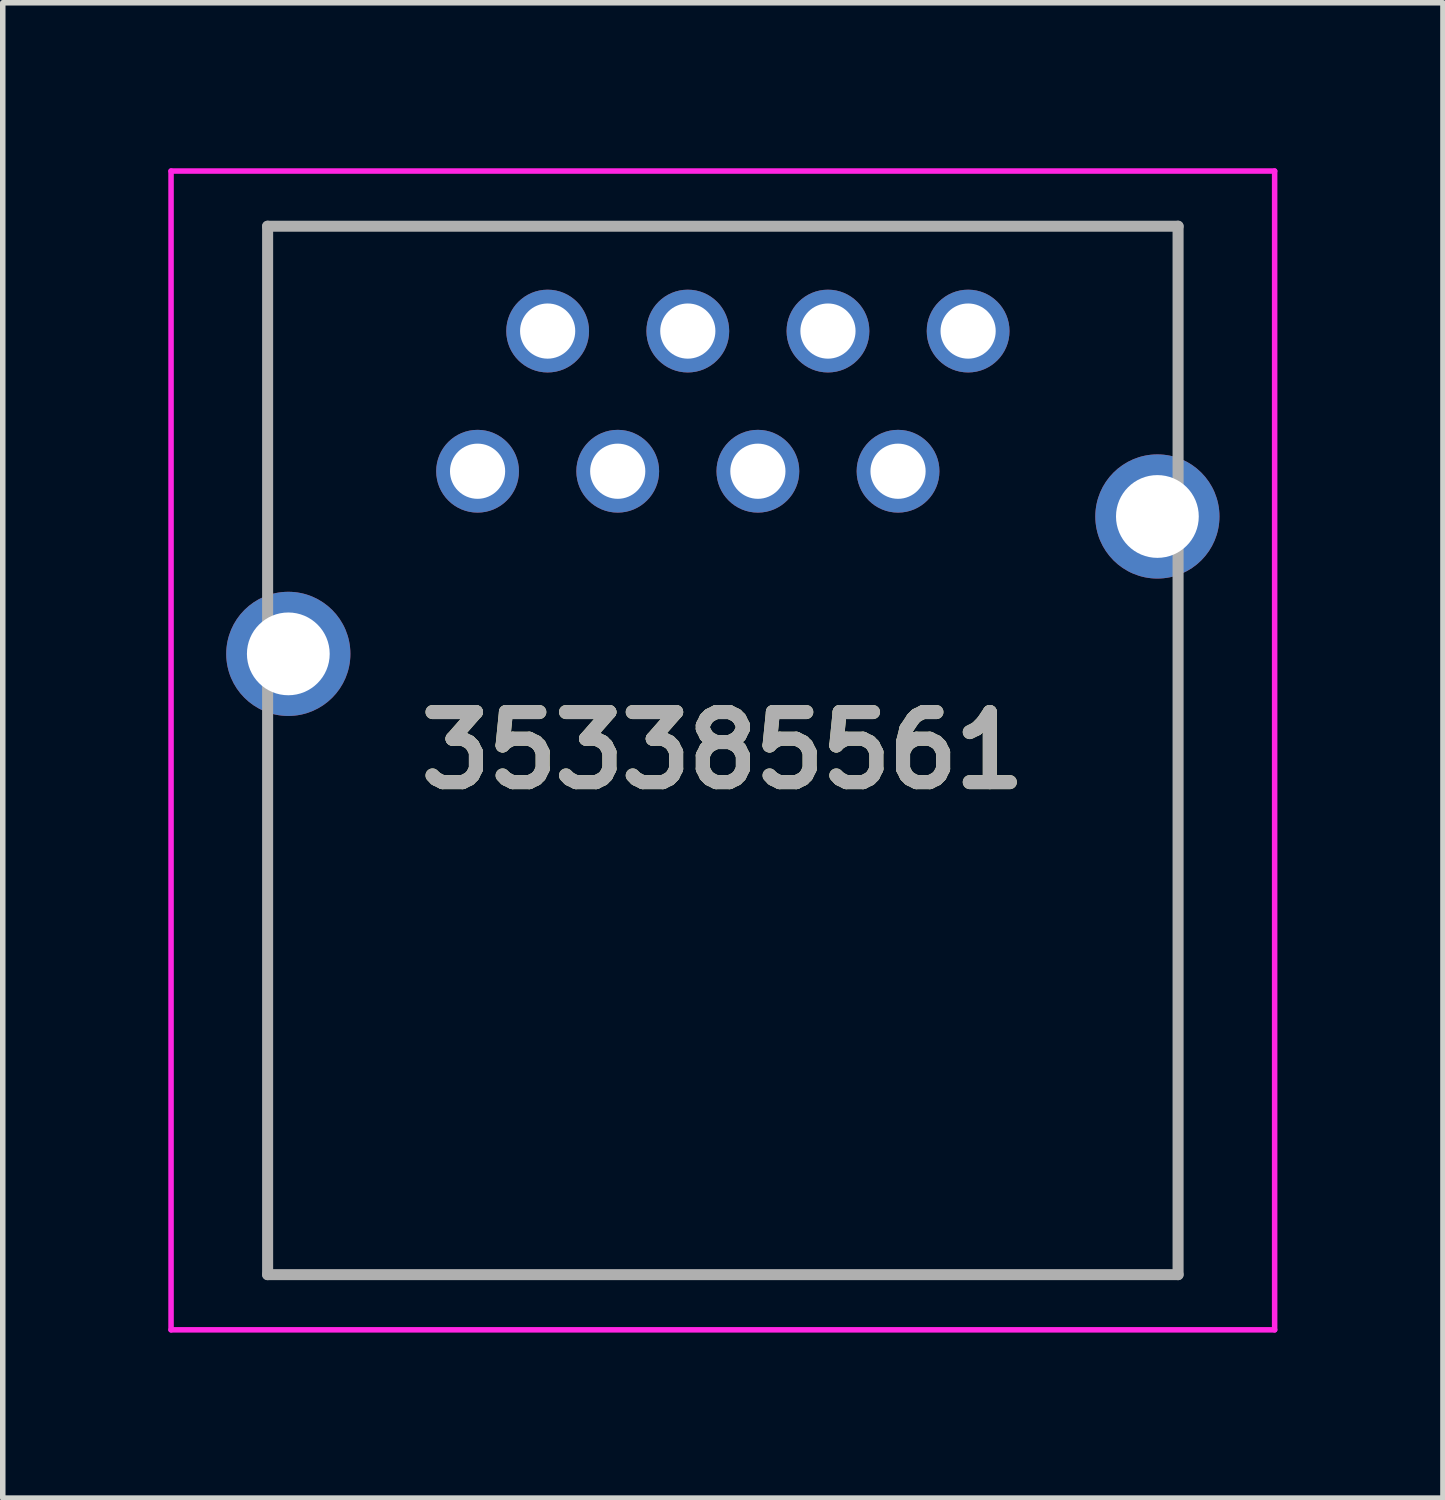
<source format=kicad_pcb>
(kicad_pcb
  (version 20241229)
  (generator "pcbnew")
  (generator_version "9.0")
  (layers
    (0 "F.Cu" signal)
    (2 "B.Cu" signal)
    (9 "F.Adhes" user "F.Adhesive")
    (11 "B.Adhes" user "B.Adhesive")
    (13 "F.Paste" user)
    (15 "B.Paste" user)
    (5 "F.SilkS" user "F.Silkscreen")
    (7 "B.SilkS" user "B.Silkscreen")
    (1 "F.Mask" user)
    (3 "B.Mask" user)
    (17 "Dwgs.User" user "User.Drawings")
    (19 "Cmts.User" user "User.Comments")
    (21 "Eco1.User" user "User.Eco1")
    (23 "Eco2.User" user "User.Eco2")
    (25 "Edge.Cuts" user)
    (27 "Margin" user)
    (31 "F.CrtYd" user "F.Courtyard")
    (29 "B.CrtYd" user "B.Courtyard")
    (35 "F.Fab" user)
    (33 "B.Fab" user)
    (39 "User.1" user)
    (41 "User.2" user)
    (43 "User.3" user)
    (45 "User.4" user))
  (footprint "353385561"
    (layer "F.Cu")
    (at 14.495 2.95)
    (property "Reference" "353385561" (at -4.445 7.6 0) (layer "F.SilkS") (effects (font (size 1.27 1.27) (thickness 0.254))))
    (attr through_hole)
    (fp_line (start -12.695 17.1) (end -12.695 5.06) (stroke (width 0.1) (type solid)) (layer "F.SilkS"))
    (fp_line (start 3.805 -1.9) (end -12.695 -1.9) (stroke (width 0.1) (type solid)) (layer "F.SilkS"))
    (fp_line (start 3.805 7.6) (end 3.805 17.1) (stroke (width 0.1) (type solid)) (layer "F.SilkS"))
    (fp_line (start 3.805 17.1) (end -12.695 17.1) (stroke (width 0.1) (type solid)) (layer "F.SilkS"))
    (fp_line (start -14.445 -2.9) (end -14.445 18.1) (stroke (width 0.1) (type solid)) (layer "F.CrtYd"))
    (fp_line (start -14.445 18.1) (end 5.555 18.1) (stroke (width 0.1) (type solid)) (layer "F.CrtYd"))
    (fp_line (start 5.555 -2.9) (end -14.445 -2.9) (stroke (width 0.1) (type solid)) (layer "F.CrtYd"))
    (fp_line (start 5.555 18.1) (end 5.555 -2.9) (stroke (width 0.1) (type solid)) (layer "F.CrtYd"))
    (fp_line (start -12.695 -1.9) (end -12.695 17.1) (stroke (width 0.2) (type solid)) (layer "F.Fab"))
    (fp_line (start -12.695 17.1) (end 3.805 17.1) (stroke (width 0.2) (type solid)) (layer "F.Fab"))
    (fp_line (start 3.805 -1.9) (end -12.695 -1.9) (stroke (width 0.2) (type solid)) (layer "F.Fab"))
    (fp_line (start 3.805 17.1) (end 3.805 -1.9) (stroke (width 0.2) (type solid)) (layer "F.Fab"))
    (fp_text user "${REFERENCE}" (at -4.445 7.6 0) (layer "F.Fab") (effects (font (size 1.27 1.27) (thickness 0.254))))
    (pad "" np_thru_hole circle (at -10.16 8.9) (size 0.001 0.001) (drill 3.33) (layers "*.Cu" "*.Mask"))
    (pad "" np_thru_hole circle (at 1.27 8.9) (size 0.001 0.001) (drill 3.33) (layers "*.Cu" "*.Mask"))
    (pad "1" thru_hole circle (at 0 0) (size 1.5 1.5) (drill 1) (layers "*.Cu" "*.Mask"))
    (pad "2" thru_hole circle (at -1.27 2.54) (size 1.5 1.5) (drill 1) (layers "*.Cu" "*.Mask"))
    (pad "3" thru_hole circle (at -2.54 0) (size 1.5 1.5) (drill 1) (layers "*.Cu" "*.Mask"))
    (pad "4" thru_hole circle (at -3.81 2.54) (size 1.5 1.5) (drill 1) (layers "*.Cu" "*.Mask"))
    (pad "5" thru_hole circle (at -5.08 0) (size 1.5 1.5) (drill 1) (layers "*.Cu" "*.Mask"))
    (pad "6" thru_hole circle (at -6.35 2.54) (size 1.5 1.5) (drill 1) (layers "*.Cu" "*.Mask"))
    (pad "7" thru_hole circle (at -7.62 0) (size 1.5 1.5) (drill 1) (layers "*.Cu" "*.Mask"))
    (pad "8" thru_hole circle (at -8.89 2.54) (size 1.5 1.5) (drill 1) (layers "*.Cu" "*.Mask"))
    (pad "MH3" thru_hole circle (at -12.32 5.85) (size 2.25 2.25) (drill 1.5) (layers "*.Cu" "*.Mask"))
    (pad "MH4" thru_hole circle (at 3.43 3.36) (size 2.25 2.25) (drill 1.5) (layers "*.Cu" "*.Mask")))
  (gr_rect
    (start -3 -3)
    (end 23.1 24.1)
    (stroke (width 0.1) (type default))
    (fill no)
    (layer "Edge.Cuts")))
</source>
